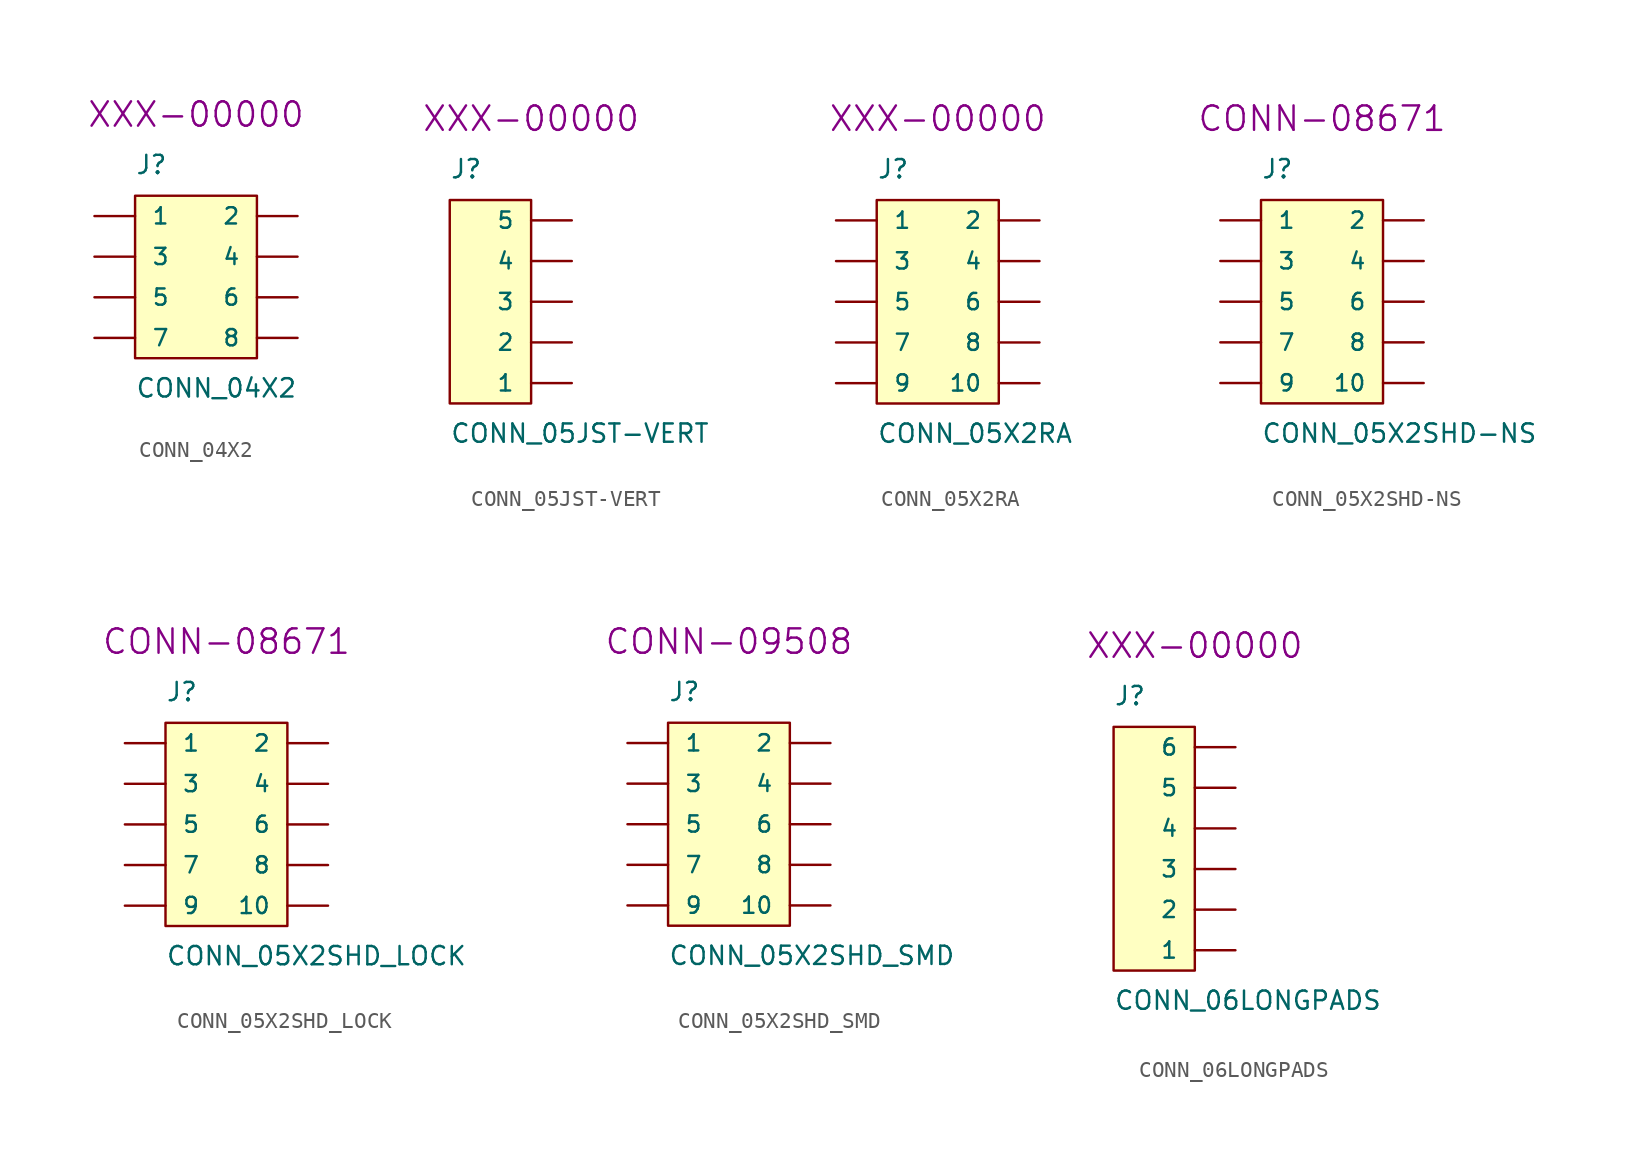
<source format=kicad_sym>
(kicad_symbol_lib
  (version 20220914)
  (generator kicad_symbol_editor)
  (symbol "CONN_04X2"
    (pin_numbers hide)
    (pin_names
      (offset 1.016))
    (property "Reference" "J"
      (at -3.81 6.35 0)
      (effects (font (size 1.143 1.143)) (justify left bottom)))
    (property "Value" "CONN_04X2"
      (at -3.81 -7.62 0)
      (effects (font (size 1.143 1.143)) (justify left bottom)))
    (property "Field4" "XXX-00000"
      (at 0 10.16 0)
      (effects (font (size 1.524 1.524))))
    (property "ki_locked" ""
      (at 0 0 0)
      (effects (font (size 1.27 1.27))))
    (symbol "CONN_04X2_0_1"
      (rectangle (start 3.81 -5.08) (end -3.81 5.08) (stroke (width 0) (type solid)) (fill (type background))))
    (symbol "CONN_04X2_1_1"
      (pin passive line (at -6.35 3.81 0) (length 2.54) (name "1" (effects (font (size 1.016 1.016)))) (number "1" (effects (font (size 1.016 1.016)))))
      (pin passive line (at 6.35 3.81 180) (length 2.54) (name "2" (effects (font (size 1.016 1.016)))) (number "2" (effects (font (size 1.016 1.016)))))
      (pin passive line (at -6.35 1.27 0) (length 2.54) (name "3" (effects (font (size 1.016 1.016)))) (number "3" (effects (font (size 1.016 1.016)))))
      (pin passive line (at 6.35 1.27 180) (length 2.54) (name "4" (effects (font (size 1.016 1.016)))) (number "4" (effects (font (size 1.016 1.016)))))
      (pin passive line (at -6.35 -1.27 0) (length 2.54) (name "5" (effects (font (size 1.016 1.016)))) (number "5" (effects (font (size 1.016 1.016)))))
      (pin passive line (at 6.35 -1.27 180) (length 2.54) (name "6" (effects (font (size 1.016 1.016)))) (number "6" (effects (font (size 1.016 1.016)))))
      (pin passive line (at -6.35 -3.81 0) (length 2.54) (name "7" (effects (font (size 1.016 1.016)))) (number "7" (effects (font (size 1.016 1.016)))))
      (pin passive line (at 6.35 -3.81 180) (length 2.54) (name "8" (effects (font (size 1.016 1.016)))) (number "8" (effects (font (size 1.016 1.016)))))))
  (symbol "CONN_05JST-VERT"
    (pin_numbers hide)
    (pin_names
      (offset 1.016))
    (property "Reference" "J"
      (at -5.08 12.7 0)
      (effects (font (size 1.143 1.143)) (justify left bottom)))
    (property "Value" "CONN_05JST-VERT"
      (at -5.08 -3.81 0)
      (effects (font (size 1.143 1.143)) (justify left bottom)))
    (property "Field4" "XXX-00000"
      (at 0 16.51 0)
      (effects (font (size 1.524 1.524))))
    (property "ki_locked" ""
      (at 0 0 0)
      (effects (font (size 1.27 1.27))))
    (symbol "CONN_05JST-VERT_0_1"
      (rectangle (start 0 -1.27) (end -5.08 11.43) (stroke (width 0) (type solid)) (fill (type background))))
    (symbol "CONN_05JST-VERT_1_1"
      (pin passive line (at 2.54 0 180) (length 2.54) (name "1" (effects (font (size 1.016 1.016)))) (number "1" (effects (font (size 1.016 1.016)))))
      (pin passive line (at 2.54 2.54 180) (length 2.54) (name "2" (effects (font (size 1.016 1.016)))) (number "2" (effects (font (size 1.016 1.016)))))
      (pin passive line (at 2.54 5.08 180) (length 2.54) (name "3" (effects (font (size 1.016 1.016)))) (number "3" (effects (font (size 1.016 1.016)))))
      (pin passive line (at 2.54 7.62 180) (length 2.54) (name "4" (effects (font (size 1.016 1.016)))) (number "4" (effects (font (size 1.016 1.016)))))
      (pin passive line (at 2.54 10.16 180) (length 2.54) (name "5" (effects (font (size 1.016 1.016)))) (number "5" (effects (font (size 1.016 1.016)))))))
  (symbol "CONN_05X2RA"
    (pin_numbers hide)
    (pin_names
      (offset 1.016))
    (property "Reference" "J"
      (at -3.81 7.62 0)
      (effects (font (size 1.143 1.143)) (justify left bottom)))
    (property "Value" "CONN_05X2RA"
      (at -3.81 -8.89 0)
      (effects (font (size 1.143 1.143)) (justify left bottom)))
    (property "Field4" "XXX-00000"
      (at 0 11.43 0)
      (effects (font (size 1.524 1.524))))
    (property "ki_locked" ""
      (at 0 0 0)
      (effects (font (size 1.27 1.27))))
    (symbol "CONN_05X2RA_0_1"
      (rectangle (start 3.81 -6.35) (end -3.81 6.35) (stroke (width 0) (type solid)) (fill (type background))))
    (symbol "CONN_05X2RA_1_1"
      (pin passive line (at -6.35 5.08 0) (length 2.54) (name "1" (effects (font (size 1.016 1.016)))) (number "1" (effects (font (size 1.016 1.016)))))
      (pin passive line (at 6.35 -5.08 180) (length 2.54) (name "10" (effects (font (size 1.016 1.016)))) (number "10" (effects (font (size 1.016 1.016)))))
      (pin passive line (at 6.35 5.08 180) (length 2.54) (name "2" (effects (font (size 1.016 1.016)))) (number "2" (effects (font (size 1.016 1.016)))))
      (pin passive line (at -6.35 2.54 0) (length 2.54) (name "3" (effects (font (size 1.016 1.016)))) (number "3" (effects (font (size 1.016 1.016)))))
      (pin passive line (at 6.35 2.54 180) (length 2.54) (name "4" (effects (font (size 1.016 1.016)))) (number "4" (effects (font (size 1.016 1.016)))))
      (pin passive line (at -6.35 0 0) (length 2.54) (name "5" (effects (font (size 1.016 1.016)))) (number "5" (effects (font (size 1.016 1.016)))))
      (pin passive line (at 6.35 0 180) (length 2.54) (name "6" (effects (font (size 1.016 1.016)))) (number "6" (effects (font (size 1.016 1.016)))))
      (pin passive line (at -6.35 -2.54 0) (length 2.54) (name "7" (effects (font (size 1.016 1.016)))) (number "7" (effects (font (size 1.016 1.016)))))
      (pin passive line (at 6.35 -2.54 180) (length 2.54) (name "8" (effects (font (size 1.016 1.016)))) (number "8" (effects (font (size 1.016 1.016)))))
      (pin passive line (at -6.35 -5.08 0) (length 2.54) (name "9" (effects (font (size 1.016 1.016)))) (number "9" (effects (font (size 1.016 1.016)))))))
  (symbol "CONN_05X2SHD-NS"
    (pin_numbers hide)
    (pin_names
      (offset 1.016))
    (property "Reference" "J"
      (at -3.81 7.62 0)
      (effects (font (size 1.143 1.143)) (justify left bottom)))
    (property "Value" "CONN_05X2SHD-NS"
      (at -3.81 -8.89 0)
      (effects (font (size 1.143 1.143)) (justify left bottom)))
    (property "Field4" "CONN-08671"
      (at 0 11.43 0)
      (effects (font (size 1.524 1.524))))
    (property "ki_locked" ""
      (at 0 0 0)
      (effects (font (size 1.27 1.27))))
    (symbol "CONN_05X2SHD-NS_0_1"
      (rectangle (start 3.81 -6.35) (end -3.81 6.35) (stroke (width 0) (type solid)) (fill (type background))))
    (symbol "CONN_05X2SHD-NS_1_1"
      (pin passive line (at -6.35 5.08 0) (length 2.54) (name "1" (effects (font (size 1.016 1.016)))) (number "1" (effects (font (size 1.016 1.016)))))
      (pin passive line (at 6.35 -5.08 180) (length 2.54) (name "10" (effects (font (size 1.016 1.016)))) (number "10" (effects (font (size 1.016 1.016)))))
      (pin passive line (at 6.35 5.08 180) (length 2.54) (name "2" (effects (font (size 1.016 1.016)))) (number "2" (effects (font (size 1.016 1.016)))))
      (pin passive line (at -6.35 2.54 0) (length 2.54) (name "3" (effects (font (size 1.016 1.016)))) (number "3" (effects (font (size 1.016 1.016)))))
      (pin passive line (at 6.35 2.54 180) (length 2.54) (name "4" (effects (font (size 1.016 1.016)))) (number "4" (effects (font (size 1.016 1.016)))))
      (pin passive line (at -6.35 0 0) (length 2.54) (name "5" (effects (font (size 1.016 1.016)))) (number "5" (effects (font (size 1.016 1.016)))))
      (pin passive line (at 6.35 0 180) (length 2.54) (name "6" (effects (font (size 1.016 1.016)))) (number "6" (effects (font (size 1.016 1.016)))))
      (pin passive line (at -6.35 -2.54 0) (length 2.54) (name "7" (effects (font (size 1.016 1.016)))) (number "7" (effects (font (size 1.016 1.016)))))
      (pin passive line (at 6.35 -2.54 180) (length 2.54) (name "8" (effects (font (size 1.016 1.016)))) (number "8" (effects (font (size 1.016 1.016)))))
      (pin passive line (at -6.35 -5.08 0) (length 2.54) (name "9" (effects (font (size 1.016 1.016)))) (number "9" (effects (font (size 1.016 1.016)))))))
  (symbol "CONN_05X2SHD_LOCK"
    (pin_numbers hide)
    (pin_names
      (offset 1.016))
    (property "Reference" "J"
      (at -3.81 7.62 0)
      (effects (font (size 1.143 1.143)) (justify left bottom)))
    (property "Value" "CONN_05X2SHD_LOCK"
      (at -3.81 -8.89 0)
      (effects (font (size 1.143 1.143)) (justify left bottom)))
    (property "Field4" "CONN-08671"
      (at 0 11.43 0)
      (effects (font (size 1.524 1.524))))
    (property "ki_locked" ""
      (at 0 0 0)
      (effects (font (size 1.27 1.27))))
    (symbol "CONN_05X2SHD_LOCK_0_1"
      (rectangle (start 3.81 -6.35) (end -3.81 6.35) (stroke (width 0) (type solid)) (fill (type background))))
    (symbol "CONN_05X2SHD_LOCK_1_1"
      (pin passive line (at -6.35 5.08 0) (length 2.54) (name "1" (effects (font (size 1.016 1.016)))) (number "1" (effects (font (size 1.016 1.016)))))
      (pin passive line (at 6.35 -5.08 180) (length 2.54) (name "10" (effects (font (size 1.016 1.016)))) (number "10" (effects (font (size 1.016 1.016)))))
      (pin passive line (at 6.35 5.08 180) (length 2.54) (name "2" (effects (font (size 1.016 1.016)))) (number "2" (effects (font (size 1.016 1.016)))))
      (pin passive line (at -6.35 2.54 0) (length 2.54) (name "3" (effects (font (size 1.016 1.016)))) (number "3" (effects (font (size 1.016 1.016)))))
      (pin passive line (at 6.35 2.54 180) (length 2.54) (name "4" (effects (font (size 1.016 1.016)))) (number "4" (effects (font (size 1.016 1.016)))))
      (pin passive line (at -6.35 0 0) (length 2.54) (name "5" (effects (font (size 1.016 1.016)))) (number "5" (effects (font (size 1.016 1.016)))))
      (pin passive line (at 6.35 0 180) (length 2.54) (name "6" (effects (font (size 1.016 1.016)))) (number "6" (effects (font (size 1.016 1.016)))))
      (pin passive line (at -6.35 -2.54 0) (length 2.54) (name "7" (effects (font (size 1.016 1.016)))) (number "7" (effects (font (size 1.016 1.016)))))
      (pin passive line (at 6.35 -2.54 180) (length 2.54) (name "8" (effects (font (size 1.016 1.016)))) (number "8" (effects (font (size 1.016 1.016)))))
      (pin passive line (at -6.35 -5.08 0) (length 2.54) (name "9" (effects (font (size 1.016 1.016)))) (number "9" (effects (font (size 1.016 1.016)))))))
  (symbol "CONN_05X2SHD_SMD"
    (pin_numbers hide)
    (pin_names
      (offset 1.016))
    (property "Reference" "J"
      (at -3.81 7.62 0)
      (effects (font (size 1.143 1.143)) (justify left bottom)))
    (property "Value" "CONN_05X2SHD_SMD"
      (at -3.81 -8.89 0)
      (effects (font (size 1.143 1.143)) (justify left bottom)))
    (property "Field4" "CONN-09508"
      (at 0 11.43 0)
      (effects (font (size 1.524 1.524))))
    (property "ki_locked" ""
      (at 0 0 0)
      (effects (font (size 1.27 1.27))))
    (symbol "CONN_05X2SHD_SMD_0_1"
      (rectangle (start 3.81 -6.35) (end -3.81 6.35) (stroke (width 0) (type solid)) (fill (type background))))
    (symbol "CONN_05X2SHD_SMD_1_1"
      (pin passive line (at -6.35 5.08 0) (length 2.54) (name "1" (effects (font (size 1.016 1.016)))) (number "1" (effects (font (size 1.016 1.016)))))
      (pin passive line (at 6.35 -5.08 180) (length 2.54) (name "10" (effects (font (size 1.016 1.016)))) (number "10" (effects (font (size 1.016 1.016)))))
      (pin passive line (at 6.35 5.08 180) (length 2.54) (name "2" (effects (font (size 1.016 1.016)))) (number "2" (effects (font (size 1.016 1.016)))))
      (pin passive line (at -6.35 2.54 0) (length 2.54) (name "3" (effects (font (size 1.016 1.016)))) (number "3" (effects (font (size 1.016 1.016)))))
      (pin passive line (at 6.35 2.54 180) (length 2.54) (name "4" (effects (font (size 1.016 1.016)))) (number "4" (effects (font (size 1.016 1.016)))))
      (pin passive line (at -6.35 0 0) (length 2.54) (name "5" (effects (font (size 1.016 1.016)))) (number "5" (effects (font (size 1.016 1.016)))))
      (pin passive line (at 6.35 0 180) (length 2.54) (name "6" (effects (font (size 1.016 1.016)))) (number "6" (effects (font (size 1.016 1.016)))))
      (pin passive line (at -6.35 -2.54 0) (length 2.54) (name "7" (effects (font (size 1.016 1.016)))) (number "7" (effects (font (size 1.016 1.016)))))
      (pin passive line (at 6.35 -2.54 180) (length 2.54) (name "8" (effects (font (size 1.016 1.016)))) (number "8" (effects (font (size 1.016 1.016)))))
      (pin passive line (at -6.35 -5.08 0) (length 2.54) (name "9" (effects (font (size 1.016 1.016)))) (number "9" (effects (font (size 1.016 1.016)))))))
  (symbol "CONN_06LONGPADS"
    (pin_numbers hide)
    (pin_names
      (offset 1.016))
    (property "Reference" "J"
      (at -5.08 15.24 0)
      (effects (font (size 1.143 1.143)) (justify left bottom)))
    (property "Value" "CONN_06LONGPADS"
      (at -5.08 -3.81 0)
      (effects (font (size 1.143 1.143)) (justify left bottom)))
    (property "Field4" "XXX-00000"
      (at 0 19.05 0)
      (effects (font (size 1.524 1.524))))
    (property "ki_locked" ""
      (at 0 0 0)
      (effects (font (size 1.27 1.27))))
    (symbol "CONN_06LONGPADS_0_1"
      (rectangle (start 0 -1.27) (end -5.08 13.97) (stroke (width 0) (type solid)) (fill (type background))))
    (symbol "CONN_06LONGPADS_1_1"
      (pin passive line (at 2.54 0 180) (length 2.54) (name "1" (effects (font (size 1.016 1.016)))) (number "1" (effects (font (size 1.016 1.016)))))
      (pin passive line (at 2.54 2.54 180) (length 2.54) (name "2" (effects (font (size 1.016 1.016)))) (number "2" (effects (font (size 1.016 1.016)))))
      (pin passive line (at 2.54 5.08 180) (length 2.54) (name "3" (effects (font (size 1.016 1.016)))) (number "3" (effects (font (size 1.016 1.016)))))
      (pin passive line (at 2.54 7.62 180) (length 2.54) (name "4" (effects (font (size 1.016 1.016)))) (number "4" (effects (font (size 1.016 1.016)))))
      (pin passive line (at 2.54 10.16 180) (length 2.54) (name "5" (effects (font (size 1.016 1.016)))) (number "5" (effects (font (size 1.016 1.016)))))
      (pin passive line (at 2.54 12.7 180) (length 2.54) (name "6" (effects (font (size 1.016 1.016)))) (number "6" (effects (font (size 1.016 1.016))))))))
</source>
